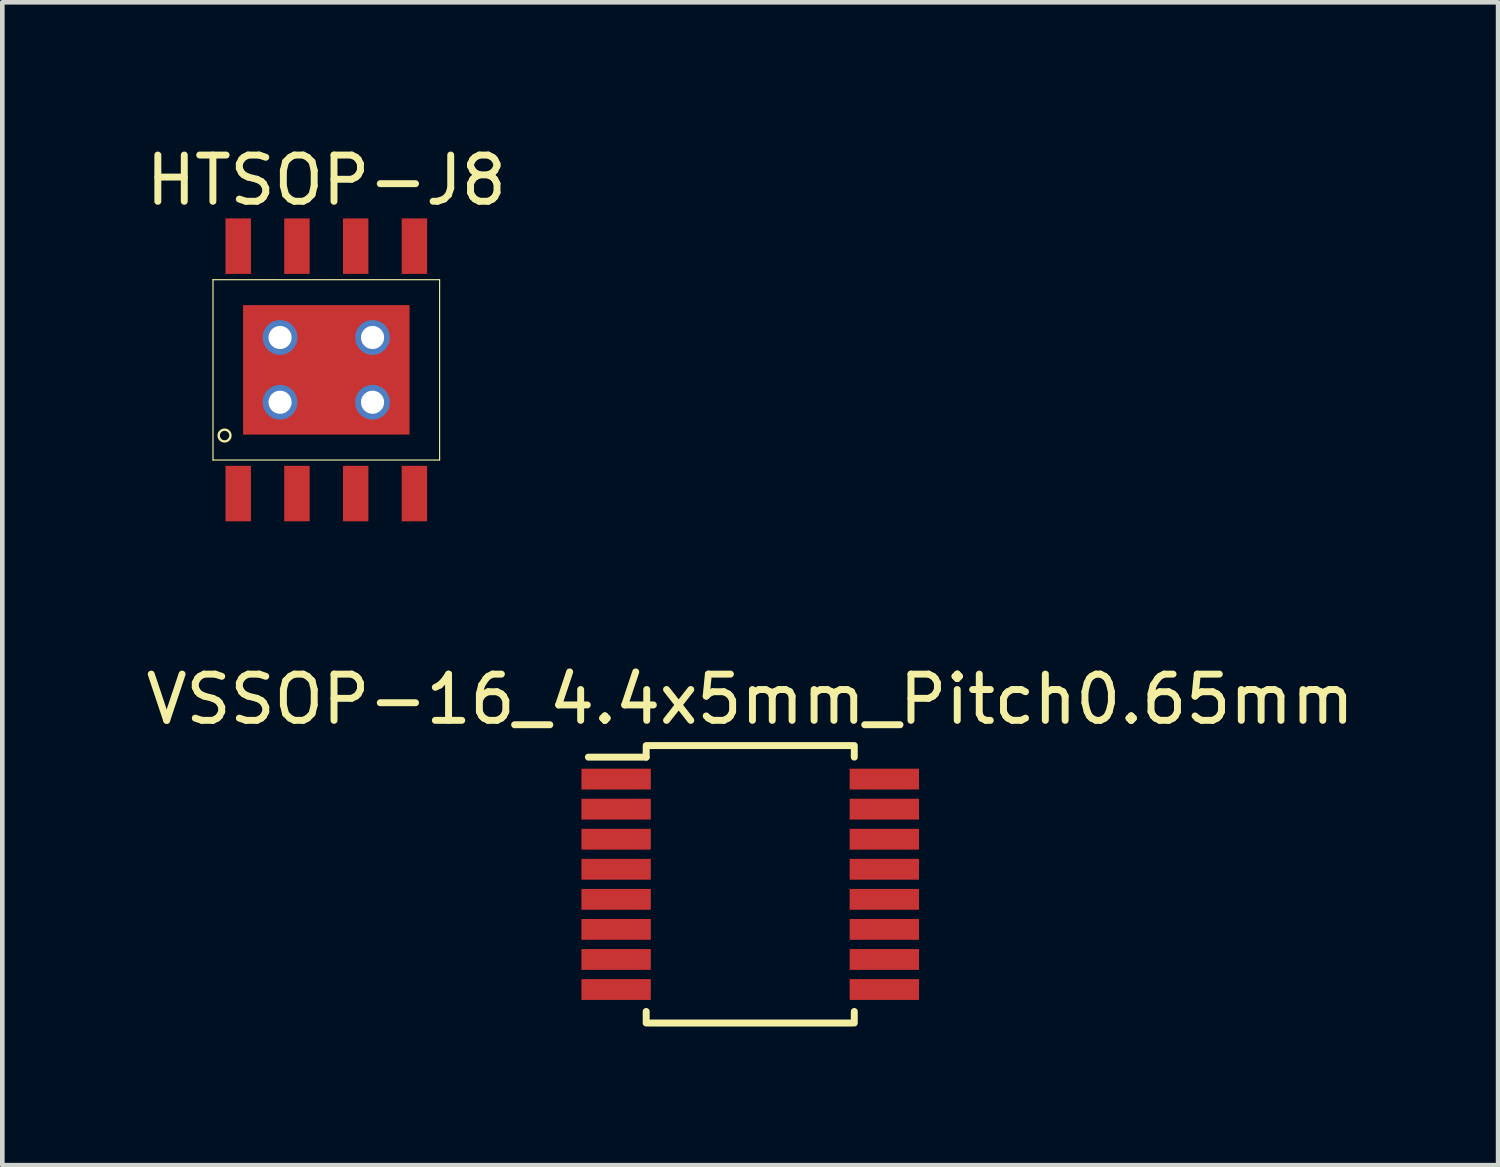
<source format=kicad_pcb>
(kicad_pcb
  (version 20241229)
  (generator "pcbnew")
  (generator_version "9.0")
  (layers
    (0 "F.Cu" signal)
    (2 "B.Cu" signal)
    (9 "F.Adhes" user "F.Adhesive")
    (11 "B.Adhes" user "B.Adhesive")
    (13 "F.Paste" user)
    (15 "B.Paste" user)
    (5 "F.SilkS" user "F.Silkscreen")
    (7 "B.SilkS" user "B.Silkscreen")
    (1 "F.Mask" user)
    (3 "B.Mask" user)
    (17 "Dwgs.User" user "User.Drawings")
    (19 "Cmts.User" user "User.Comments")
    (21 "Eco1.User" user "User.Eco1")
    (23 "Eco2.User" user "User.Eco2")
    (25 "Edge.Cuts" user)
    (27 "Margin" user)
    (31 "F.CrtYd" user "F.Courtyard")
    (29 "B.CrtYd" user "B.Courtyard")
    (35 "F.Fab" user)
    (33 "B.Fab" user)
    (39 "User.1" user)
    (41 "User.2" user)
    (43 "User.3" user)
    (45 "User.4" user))
  (footprint "VSSOP-16_4.4x5mm_Pitch0.65mm"
    (layer "F.Cu")
    (at 13.173 16.072)
    (property "Reference" "VSSOP-16_4.4x5mm_Pitch0.65mm" (at 0 -4 0) (layer "F.SilkS") (effects (font (size 1 1) (thickness 0.15))))
    (attr through_hole)
    (fp_line (start -2.25 -3) (end -2.25 -2.75) (stroke (width 0.15) (type solid)) (layer "F.SilkS"))
    (fp_line (start -2.25 -2.75) (end -3.5 -2.75) (stroke (width 0.15) (type solid)) (layer "F.SilkS"))
    (fp_line (start -2.25 3) (end -2.25 2.75) (stroke (width 0.15) (type solid)) (layer "F.SilkS"))
    (fp_line (start -2.2 -3) (end 2.2 -3) (stroke (width 0.15) (type solid)) (layer "F.SilkS"))
    (fp_line (start -2.2 3) (end 2.2 3) (stroke (width 0.15) (type solid)) (layer "F.SilkS"))
    (fp_line (start 2.25 -3) (end 2.25 -2.75) (stroke (width 0.15) (type solid)) (layer "F.SilkS"))
    (fp_line (start 2.25 3) (end 2.25 2.75) (stroke (width 0.15) (type solid)) (layer "F.SilkS"))
    (pad "1" smd rect (at -2.9 -2.275) (size 1.5 0.45) (layers "F.Cu" "F.Mask" "F.Paste"))
    (pad "2" smd rect (at -2.9 -1.625) (size 1.5 0.45) (layers "F.Cu" "F.Mask" "F.Paste"))
    (pad "3" smd rect (at -2.9 -0.975) (size 1.5 0.45) (layers "F.Cu" "F.Mask" "F.Paste"))
    (pad "4" smd rect (at -2.9 -0.325) (size 1.5 0.45) (layers "F.Cu" "F.Mask" "F.Paste"))
    (pad "5" smd rect (at -2.9 0.325) (size 1.5 0.45) (layers "F.Cu" "F.Mask" "F.Paste"))
    (pad "6" smd rect (at -2.9 0.975) (size 1.5 0.45) (layers "F.Cu" "F.Mask" "F.Paste"))
    (pad "7" smd rect (at -2.9 1.625) (size 1.5 0.45) (layers "F.Cu" "F.Mask" "F.Paste"))
    (pad "8" smd rect (at -2.9 2.275) (size 1.5 0.45) (layers "F.Cu" "F.Mask" "F.Paste"))
    (pad "9" smd rect (at 2.9 2.275) (size 1.5 0.45) (layers "F.Cu" "F.Mask" "F.Paste"))
    (pad "10" smd rect (at 2.9 1.625) (size 1.5 0.45) (layers "F.Cu" "F.Mask" "F.Paste"))
    (pad "11" smd rect (at 2.9 0.975) (size 1.5 0.45) (layers "F.Cu" "F.Mask" "F.Paste"))
    (pad "12" smd rect (at 2.9 0.325) (size 1.5 0.45) (layers "F.Cu" "F.Mask" "F.Paste"))
    (pad "13" smd rect (at 2.9 -0.325) (size 1.5 0.45) (layers "F.Cu" "F.Mask" "F.Paste"))
    (pad "14" smd rect (at 2.9 -0.975) (size 1.5 0.45) (layers "F.Cu" "F.Mask" "F.Paste"))
    (pad "15" smd rect (at 2.9 -1.625) (size 1.5 0.45) (layers "F.Cu" "F.Mask" "F.Paste"))
    (pad "16" smd rect (at 2.9 -2.275) (size 1.5 0.45) (layers "F.Cu" "F.Mask" "F.Paste")))
  (footprint "HTSOP-J8"
    (layer "F.Cu")
    (at 4.006 4.948)
    (property "Reference" "HTSOP-J8" (at 0 -4.1 0) (layer "F.SilkS") (effects (font (size 1 1) (thickness 0.15))))
    (attr smd)
    (fp_line (start -2.45 -1.95) (end -2.45 1.95) (stroke (width 0.025) (type solid)) (layer "F.SilkS"))
    (fp_line (start -2.45 1.95) (end 2.45 1.95) (stroke (width 0.025) (type solid)) (layer "F.SilkS"))
    (fp_line (start 2.45 -1.95) (end -2.45 -1.95) (stroke (width 0.025) (type solid)) (layer "F.SilkS"))
    (fp_line (start 2.45 1.95) (end 2.45 -1.95) (stroke (width 0.025) (type solid)) (layer "F.SilkS"))
    (fp_circle (center -2.2 1.42) (end -2.11 1.33) (stroke (width 0.05) (type solid)) (fill no) (layer "F.SilkS"))
    (pad "1" smd rect (at -1.905 2.675) (size 0.55 1.2) (layers "F.Cu" "F.Mask" "F.Paste"))
    (pad "2" smd rect (at -0.635 2.675) (size 0.55 1.2) (layers "F.Cu" "F.Mask" "F.Paste"))
    (pad "3" smd rect (at 0.635 2.675) (size 0.55 1.2) (layers "F.Cu" "F.Mask" "F.Paste"))
    (pad "4" smd rect (at 1.905 2.675) (size 0.55 1.2) (layers "F.Cu" "F.Mask" "F.Paste"))
    (pad "5" smd rect (at 1.905 -2.675) (size 0.55 1.2) (layers "F.Cu" "F.Mask" "F.Paste"))
    (pad "6" smd rect (at 0.635 -2.675) (size 0.55 1.2) (layers "F.Cu" "F.Mask" "F.Paste"))
    (pad "7" smd rect (at -0.635 -2.675) (size 0.55 1.2) (layers "F.Cu" "F.Mask" "F.Paste"))
    (pad "8" smd rect (at -1.905 -2.675) (size 0.55 1.2) (layers "F.Cu" "F.Mask" "F.Paste"))
    (pad "9" thru_hole circle (at -1 -0.7) (size 0.75 0.75) (drill 0.5) (layers "*.Cu" "*.Mask"))
    (pad "9" thru_hole circle (at -1 0.7) (size 0.75 0.75) (drill 0.5) (layers "*.Cu" "*.Mask"))
    (pad "9" smd rect (at 0 0) (size 3.6 2.8) (layers "F.Cu" "F.Mask" "F.Paste"))
    (pad "9" thru_hole circle (at 1 -0.7) (size 0.75 0.75) (drill 0.5) (layers "*.Cu" "*.Mask"))
    (pad "9" thru_hole circle (at 1 0.7) (size 0.75 0.75) (drill 0.5) (layers "*.Cu" "*.Mask")))
  (gr_rect
    (start -3 -3)
    (end 29.345 22.146)
    (stroke (width 0.1) (type default))
    (fill no)
    (layer "Edge.Cuts")))
</source>
